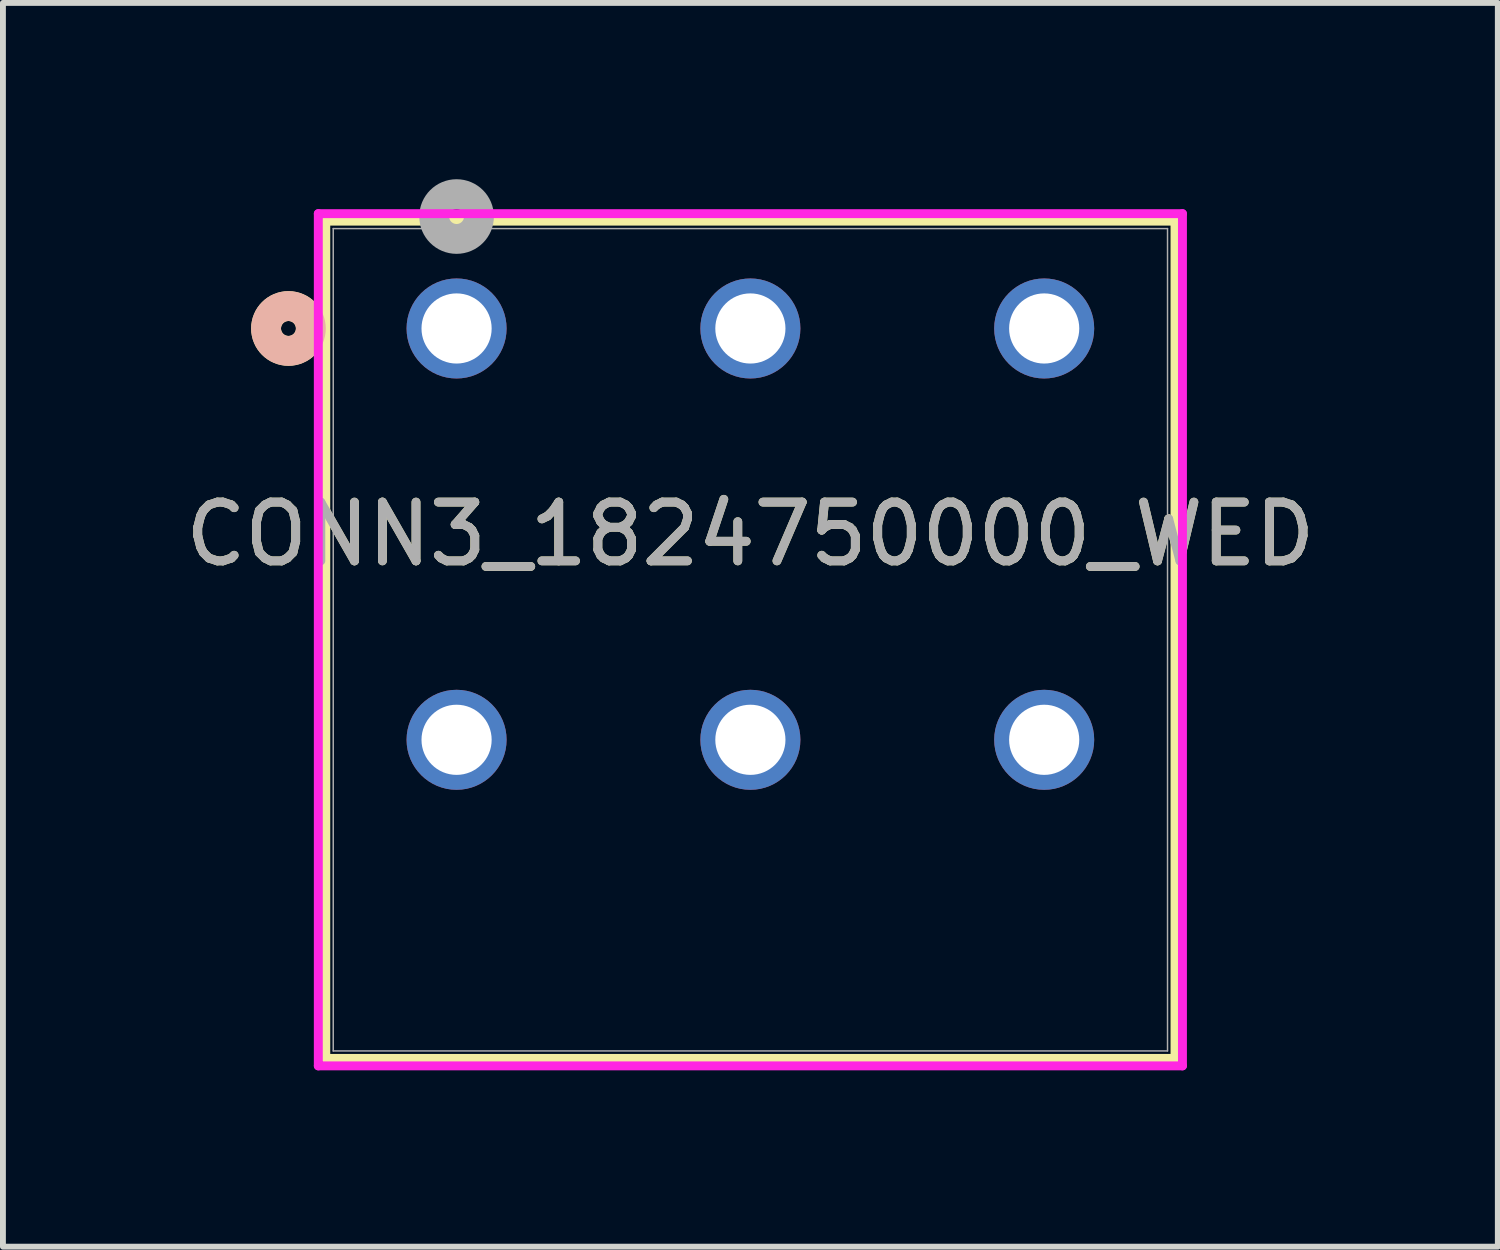
<source format=kicad_pcb>
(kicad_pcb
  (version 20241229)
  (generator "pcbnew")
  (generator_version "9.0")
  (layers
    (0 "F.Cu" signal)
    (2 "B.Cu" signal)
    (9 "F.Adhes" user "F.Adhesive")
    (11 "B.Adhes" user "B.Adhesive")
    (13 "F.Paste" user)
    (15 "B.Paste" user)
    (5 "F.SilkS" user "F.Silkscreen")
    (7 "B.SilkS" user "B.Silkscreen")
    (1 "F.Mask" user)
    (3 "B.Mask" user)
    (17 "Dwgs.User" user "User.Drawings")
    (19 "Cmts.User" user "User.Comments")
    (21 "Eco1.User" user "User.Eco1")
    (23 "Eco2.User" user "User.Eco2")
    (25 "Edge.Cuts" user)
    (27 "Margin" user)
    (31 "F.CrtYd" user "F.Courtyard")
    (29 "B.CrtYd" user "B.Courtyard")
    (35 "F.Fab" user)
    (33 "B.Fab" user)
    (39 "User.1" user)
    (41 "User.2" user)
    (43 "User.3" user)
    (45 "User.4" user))
  (footprint "CONN3_1824750000_WED"
    (layer "F.Cu")
    (at 4.72 2.54)
    (property "Reference" "CONN3_1824750000_WED" (at 5 3.5 0) (unlocked yes) (layer "F.SilkS") (effects (font (size 1 1) (thickness 0.15))))
    (attr through_hole)
    (fp_line (start -2.226 -1.827) (end -2.226 12.422) (stroke (width 0.152) (type solid)) (layer "F.SilkS"))
    (fp_line (start -2.226 12.422) (end 12.226 12.422) (stroke (width 0.152) (type solid)) (layer "F.SilkS"))
    (fp_line (start 12.226 -1.827) (end -2.226 -1.827) (stroke (width 0.152) (type solid)) (layer "F.SilkS"))
    (fp_line (start 12.226 12.422) (end 12.226 -1.827) (stroke (width 0.152) (type solid)) (layer "F.SilkS"))
    (fp_circle (center -2.861 0) (end -2.48 0) (stroke (width 0.508) (type solid)) (fill no) (layer "F.SilkS"))
    (fp_circle (center -2.861 0) (end -2.48 0) (stroke (width 0.508) (type solid)) (fill no) (layer "B.SilkS"))
    (fp_line (start -2.353 -1.954) (end -2.353 12.549) (stroke (width 0.152) (type solid)) (layer "F.CrtYd"))
    (fp_line (start -2.353 12.549) (end 12.353 12.549) (stroke (width 0.152) (type solid)) (layer "F.CrtYd"))
    (fp_line (start 12.353 -1.954) (end -2.353 -1.954) (stroke (width 0.152) (type solid)) (layer "F.CrtYd"))
    (fp_line (start 12.353 12.549) (end 12.353 -1.954) (stroke (width 0.152) (type solid)) (layer "F.CrtYd"))
    (fp_line (start -2.099 -1.7) (end -2.099 12.295) (stroke (width 0.025) (type solid)) (layer "F.Fab"))
    (fp_line (start -2.099 12.295) (end 12.099 12.295) (stroke (width 0.025) (type solid)) (layer "F.Fab"))
    (fp_line (start 12.099 -1.7) (end -2.099 -1.7) (stroke (width 0.025) (type solid)) (layer "F.Fab"))
    (fp_line (start 12.099 12.295) (end 12.099 -1.7) (stroke (width 0.025) (type solid)) (layer "F.Fab"))
    (fp_circle (center 0 -1.905) (end 0.381 -1.905) (stroke (width 0.508) (type solid)) (fill no) (layer "F.Fab"))
    (fp_text user "${REFERENCE}" (at 5 3.5 0) (unlocked yes) (layer "F.Fab") (effects (font (size 1 1) (thickness 0.15))))
    (pad "1" thru_hole circle (at 0 0) (size 1.702 1.702) (drill 1.194) (layers "*.Cu" "*.Mask"))
    (pad "2" thru_hole circle (at 0 7) (size 1.702 1.702) (drill 1.194) (layers "*.Cu" "*.Mask"))
    (pad "3" thru_hole circle (at 5 0) (size 1.702 1.702) (drill 1.194) (layers "*.Cu" "*.Mask"))
    (pad "4" thru_hole circle (at 5 7) (size 1.702 1.702) (drill 1.194) (layers "*.Cu" "*.Mask"))
    (pad "5" thru_hole circle (at 10 0) (size 1.702 1.702) (drill 1.194) (layers "*.Cu" "*.Mask"))
    (pad "6" thru_hole circle (at 10 7) (size 1.702 1.702) (drill 1.194) (layers "*.Cu" "*.Mask")))
  (gr_rect
    (start -3 -3)
    (end 22.44 18.166)
    (stroke (width 0.1) (type default))
    (fill no)
    (layer "Edge.Cuts")))
</source>
